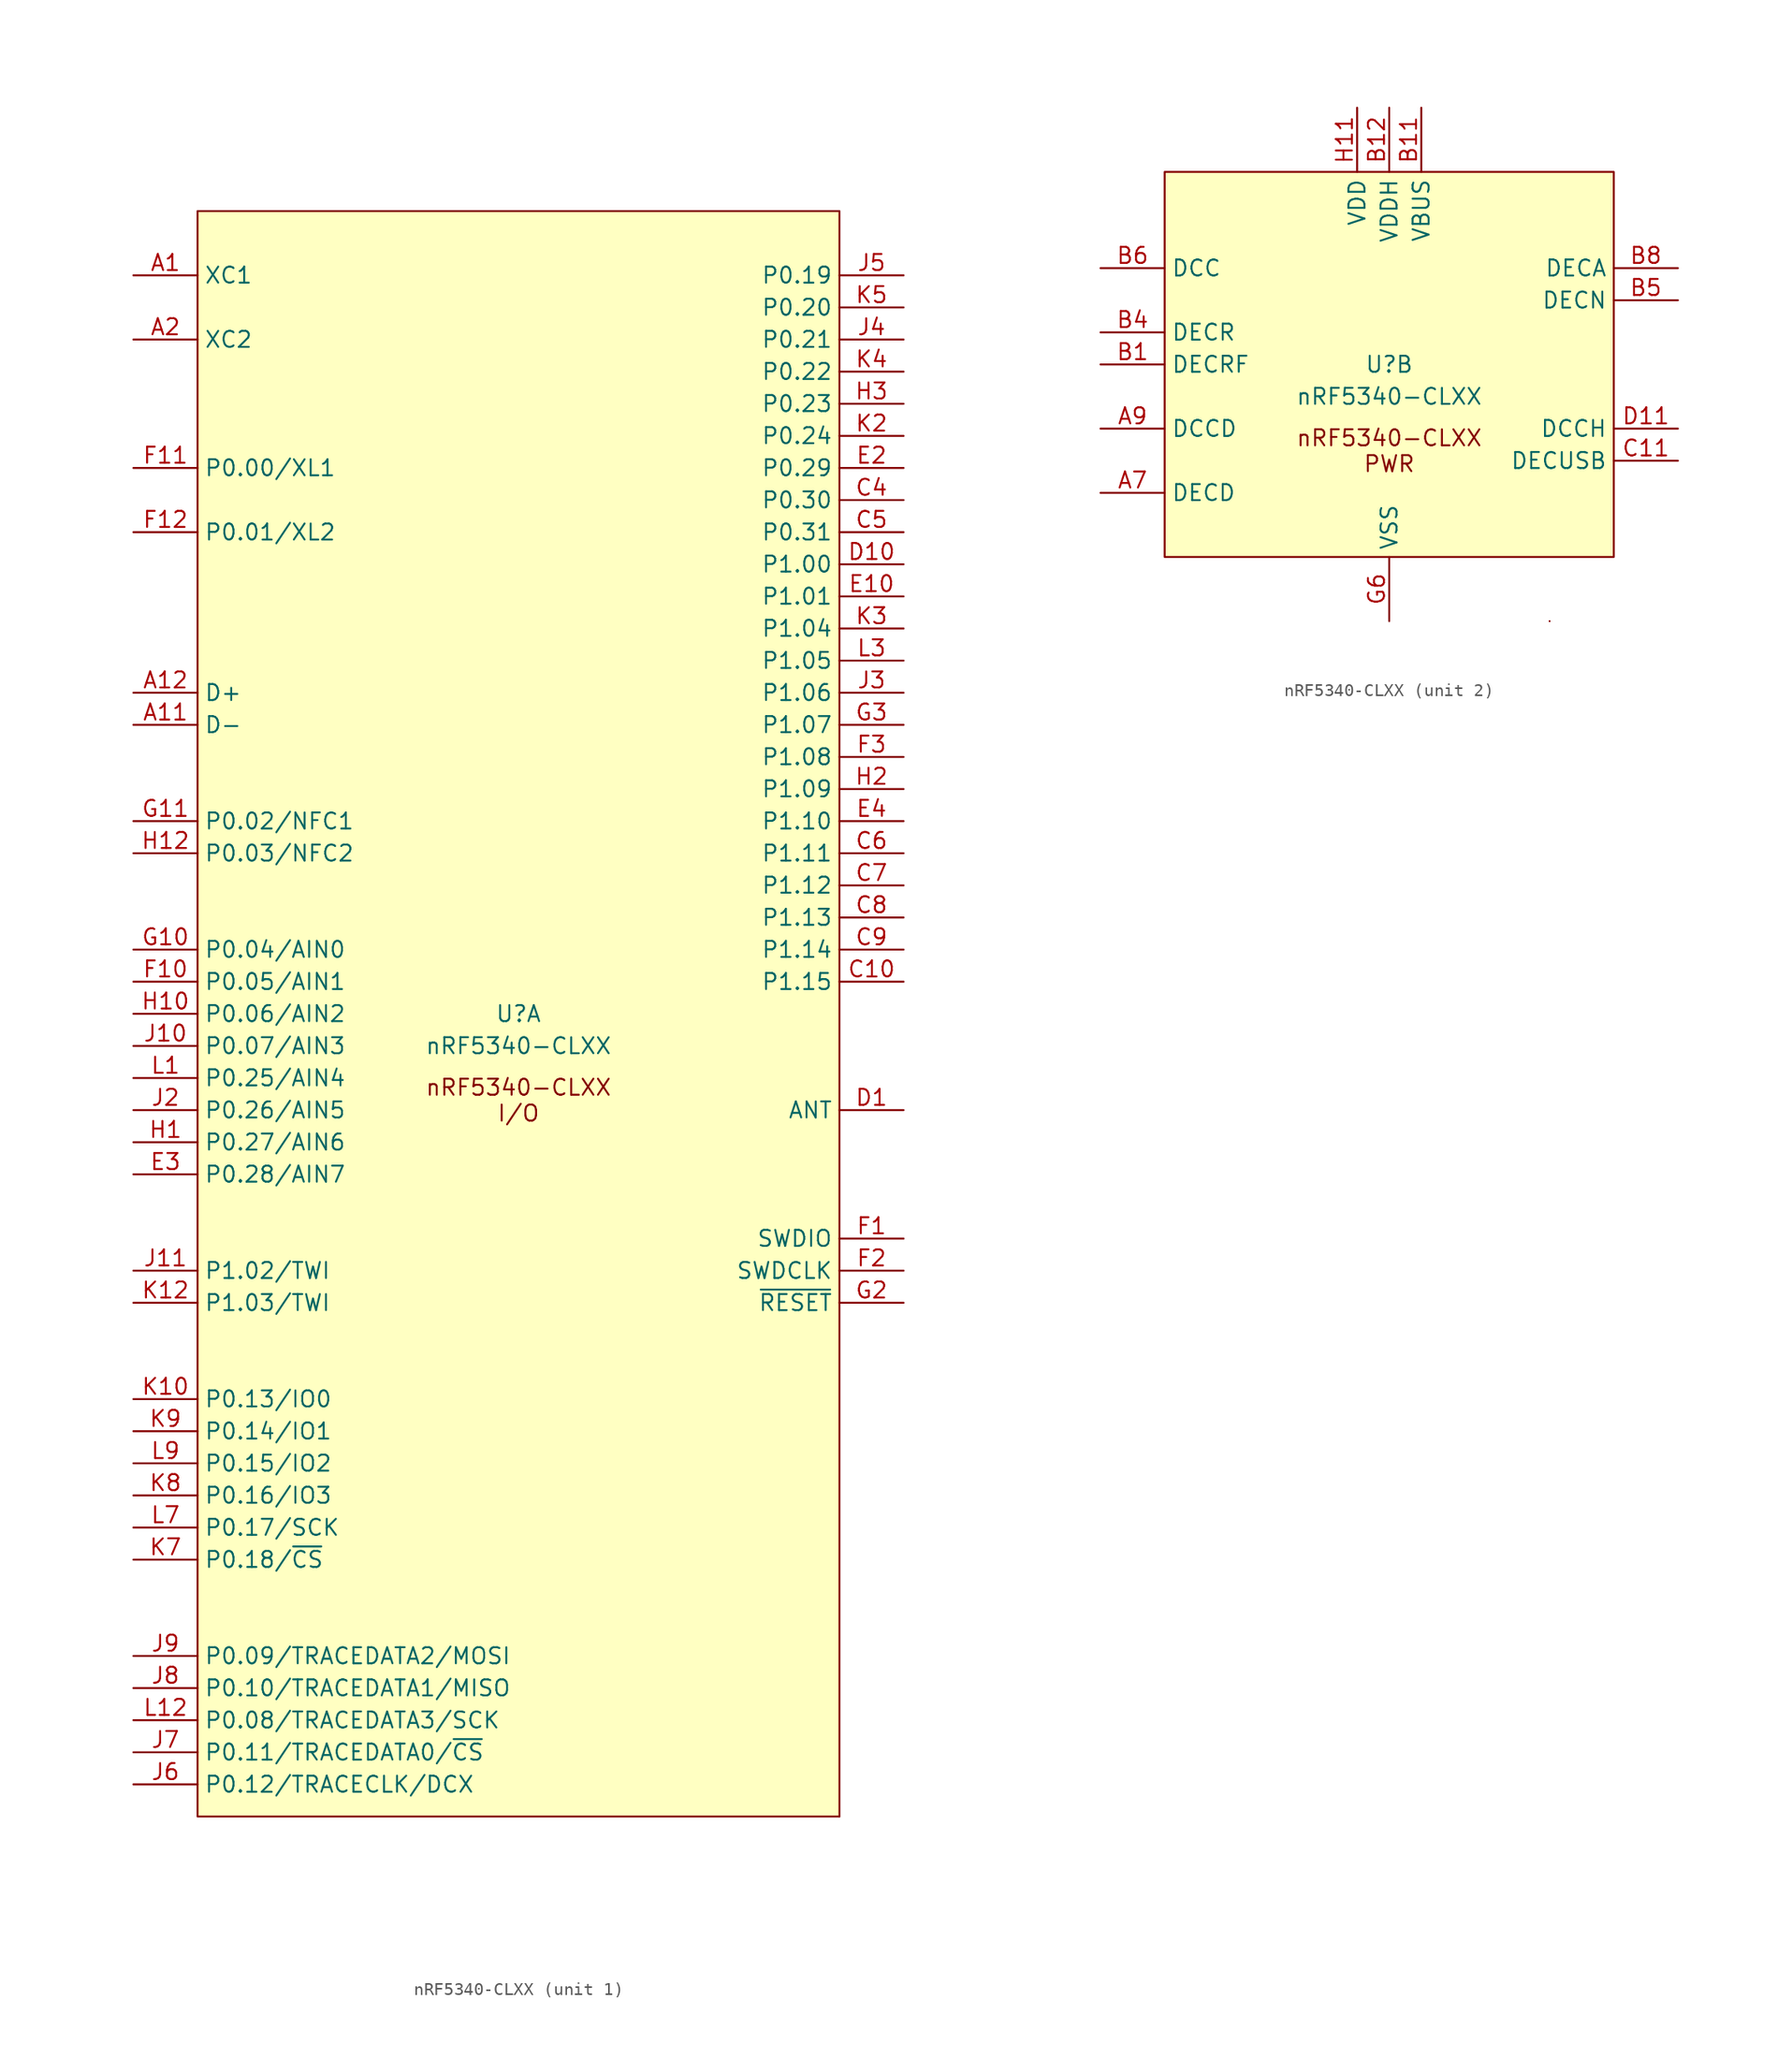
<source format=kicad_sym>
(kicad_symbol_lib
  (version 20231120)
  (generator "kicad_symbol_editor")
  (generator_version "8.0")
  (symbol "nRF5340-CLXX"
    (property "Reference" "U"
      (at 0 0 0)
      (do_not_autoplace)
      (effects (font (size 1.27 1.27))))
    (property "Value" "nRF5340-CLXX"
      (at 0 -2.54 0)
      (do_not_autoplace)
      (effects (font (size 1.27 1.27))))
    (property "ki_locked" ""
      (at 0 0 0)
      (effects (font (size 1.27 1.27))))
    (symbol "nRF5340-CLXX_1_0"
      (pin bidirectional line (at -30.48 58.42 0) (length 5.08) (name "XC1" (effects (font (size 1.27 1.27)))) (number "A1" (effects (font (size 1.27 1.27)))))
      (pin bidirectional line (at -30.48 22.86 0) (length 5.08) (name "D-" (effects (font (size 1.27 1.27)))) (number "A11" (effects (font (size 1.27 1.27)))))
      (pin bidirectional line (at -30.48 25.4 0) (length 5.08) (name "D+" (effects (font (size 1.27 1.27)))) (number "A12" (effects (font (size 1.27 1.27)))))
      (pin bidirectional line (at -30.48 53.34 0) (length 5.08) (name "XC2" (effects (font (size 1.27 1.27)))) (number "A2" (effects (font (size 1.27 1.27)))))
      (pin bidirectional line (at 30.48 2.54 180) (length 5.08) (name "P1.15" (effects (font (size 1.27 1.27)))) (number "C10" (effects (font (size 1.27 1.27)))))
      (pin bidirectional line (at 30.48 40.64 180) (length 5.08) (name "P0.30" (effects (font (size 1.27 1.27)))) (number "C4" (effects (font (size 1.27 1.27)))))
      (pin bidirectional line (at 30.48 38.1 180) (length 5.08) (name "P0.31" (effects (font (size 1.27 1.27)))) (number "C5" (effects (font (size 1.27 1.27)))))
      (pin bidirectional line (at 30.48 12.7 180) (length 5.08) (name "P1.11" (effects (font (size 1.27 1.27)))) (number "C6" (effects (font (size 1.27 1.27)))))
      (pin bidirectional line (at 30.48 10.16 180) (length 5.08) (name "P1.12" (effects (font (size 1.27 1.27)))) (number "C7" (effects (font (size 1.27 1.27)))))
      (pin bidirectional line (at 30.48 7.62 180) (length 5.08) (name "P1.13" (effects (font (size 1.27 1.27)))) (number "C8" (effects (font (size 1.27 1.27)))))
      (pin bidirectional line (at 30.48 5.08 180) (length 5.08) (name "P1.14" (effects (font (size 1.27 1.27)))) (number "C9" (effects (font (size 1.27 1.27)))))
      (pin bidirectional line (at 30.48 -7.62 180) (length 5.08) (name "ANT" (effects (font (size 1.27 1.27)))) (number "D1" (effects (font (size 1.27 1.27)))))
      (pin bidirectional line (at 30.48 35.56 180) (length 5.08) (name "P1.00" (effects (font (size 1.27 1.27)))) (number "D10" (effects (font (size 1.27 1.27)))))
      (pin bidirectional line (at 30.48 33.02 180) (length 5.08) (name "P1.01" (effects (font (size 1.27 1.27)))) (number "E10" (effects (font (size 1.27 1.27)))))
      (pin bidirectional line (at 30.48 43.18 180) (length 5.08) (name "P0.29" (effects (font (size 1.27 1.27)))) (number "E2" (effects (font (size 1.27 1.27)))))
      (pin bidirectional line (at -30.48 -12.7 0) (length 5.08) (name "P0.28/AIN7" (effects (font (size 1.27 1.27)))) (number "E3" (effects (font (size 1.27 1.27)))))
      (pin bidirectional line (at 30.48 15.24 180) (length 5.08) (name "P1.10" (effects (font (size 1.27 1.27)))) (number "E4" (effects (font (size 1.27 1.27)))))
      (pin bidirectional line (at 30.48 -17.78 180) (length 5.08) (name "SWDIO" (effects (font (size 1.27 1.27)))) (number "F1" (effects (font (size 1.27 1.27)))))
      (pin bidirectional line (at -30.48 2.54 0) (length 5.08) (name "P0.05/AIN1" (effects (font (size 1.27 1.27)))) (number "F10" (effects (font (size 1.27 1.27)))))
      (pin bidirectional line (at -30.48 43.18 0) (length 5.08) (name "P0.00/XL1" (effects (font (size 1.27 1.27)))) (number "F11" (effects (font (size 1.27 1.27)))))
      (pin bidirectional line (at -30.48 38.1 0) (length 5.08) (name "P0.01/XL2" (effects (font (size 1.27 1.27)))) (number "F12" (effects (font (size 1.27 1.27)))))
      (pin input line (at 30.48 -20.32 180) (length 5.08) (name "SWDCLK" (effects (font (size 1.27 1.27)))) (number "F2" (effects (font (size 1.27 1.27)))))
      (pin bidirectional line (at 30.48 20.32 180) (length 5.08) (name "P1.08" (effects (font (size 1.27 1.27)))) (number "F3" (effects (font (size 1.27 1.27)))))
      (pin bidirectional line (at -30.48 5.08 0) (length 5.08) (name "P0.04/AIN0" (effects (font (size 1.27 1.27)))) (number "G10" (effects (font (size 1.27 1.27)))))
      (pin bidirectional line (at -30.48 15.24 0) (length 5.08) (name "P0.02/NFC1" (effects (font (size 1.27 1.27)))) (number "G11" (effects (font (size 1.27 1.27)))))
      (pin input line (at 30.48 -22.86 180) (length 5.08) (name "~{RESET}" (effects (font (size 1.27 1.27)))) (number "G2" (effects (font (size 1.27 1.27)))))
      (pin bidirectional line (at 30.48 22.86 180) (length 5.08) (name "P1.07" (effects (font (size 1.27 1.27)))) (number "G3" (effects (font (size 1.27 1.27)))))
      (pin bidirectional line (at -30.48 -10.16 0) (length 5.08) (name "P0.27/AIN6" (effects (font (size 1.27 1.27)))) (number "H1" (effects (font (size 1.27 1.27)))))
      (pin bidirectional line (at -30.48 0 0) (length 5.08) (name "P0.06/AIN2" (effects (font (size 1.27 1.27)))) (number "H10" (effects (font (size 1.27 1.27)))))
      (pin bidirectional line (at -30.48 12.7 0) (length 5.08) (name "P0.03/NFC2" (effects (font (size 1.27 1.27)))) (number "H12" (effects (font (size 1.27 1.27)))))
      (pin bidirectional line (at 30.48 17.78 180) (length 5.08) (name "P1.09" (effects (font (size 1.27 1.27)))) (number "H2" (effects (font (size 1.27 1.27)))))
      (pin bidirectional line (at 30.48 48.26 180) (length 5.08) (name "P0.23" (effects (font (size 1.27 1.27)))) (number "H3" (effects (font (size 1.27 1.27)))))
      (pin bidirectional line (at -30.48 -2.54 0) (length 5.08) (name "P0.07/AIN3" (effects (font (size 1.27 1.27)))) (number "J10" (effects (font (size 1.27 1.27)))))
      (pin bidirectional line (at -30.48 -20.32 0) (length 5.08) (name "P1.02/TWI" (effects (font (size 1.27 1.27)))) (number "J11" (effects (font (size 1.27 1.27)))))
      (pin bidirectional line (at -30.48 -7.62 0) (length 5.08) (name "P0.26/AIN5" (effects (font (size 1.27 1.27)))) (number "J2" (effects (font (size 1.27 1.27)))))
      (pin bidirectional line (at 30.48 25.4 180) (length 5.08) (name "P1.06" (effects (font (size 1.27 1.27)))) (number "J3" (effects (font (size 1.27 1.27)))))
      (pin bidirectional line (at 30.48 53.34 180) (length 5.08) (name "P0.21" (effects (font (size 1.27 1.27)))) (number "J4" (effects (font (size 1.27 1.27)))))
      (pin bidirectional line (at 30.48 58.42 180) (length 5.08) (name "P0.19" (effects (font (size 1.27 1.27)))) (number "J5" (effects (font (size 1.27 1.27)))))
      (pin bidirectional line (at -30.48 -60.96 0) (length 5.08) (name "P0.12/TRACECLK/DCX" (effects (font (size 1.27 1.27)))) (number "J6" (effects (font (size 1.27 1.27)))))
      (pin bidirectional line (at -30.48 -58.42 0) (length 5.08) (name "P0.11/TRACEDATA0/~{CS}" (effects (font (size 1.27 1.27)))) (number "J7" (effects (font (size 1.27 1.27)))))
      (pin bidirectional line (at -30.48 -53.34 0) (length 5.08) (name "P0.10/TRACEDATA1/MISO" (effects (font (size 1.27 1.27)))) (number "J8" (effects (font (size 1.27 1.27)))))
      (pin bidirectional line (at -30.48 -50.8 0) (length 5.08) (name "P0.09/TRACEDATA2/MOSI" (effects (font (size 1.27 1.27)))) (number "J9" (effects (font (size 1.27 1.27)))))
      (pin bidirectional line (at -30.48 -30.48 0) (length 5.08) (name "P0.13/IO0" (effects (font (size 1.27 1.27)))) (number "K10" (effects (font (size 1.27 1.27)))))
      (pin bidirectional line (at -30.48 -22.86 0) (length 5.08) (name "P1.03/TWI" (effects (font (size 1.27 1.27)))) (number "K12" (effects (font (size 1.27 1.27)))))
      (pin bidirectional line (at 30.48 45.72 180) (length 5.08) (name "P0.24" (effects (font (size 1.27 1.27)))) (number "K2" (effects (font (size 1.27 1.27)))))
      (pin bidirectional line (at 30.48 30.48 180) (length 5.08) (name "P1.04" (effects (font (size 1.27 1.27)))) (number "K3" (effects (font (size 1.27 1.27)))))
      (pin bidirectional line (at 30.48 50.8 180) (length 5.08) (name "P0.22" (effects (font (size 1.27 1.27)))) (number "K4" (effects (font (size 1.27 1.27)))))
      (pin bidirectional line (at 30.48 55.88 180) (length 5.08) (name "P0.20" (effects (font (size 1.27 1.27)))) (number "K5" (effects (font (size 1.27 1.27)))))
      (pin bidirectional line (at -30.48 -43.18 0) (length 5.08) (name "P0.18/~{CS}" (effects (font (size 1.27 1.27)))) (number "K7" (effects (font (size 1.27 1.27)))))
      (pin bidirectional line (at -30.48 -38.1 0) (length 5.08) (name "P0.16/IO3" (effects (font (size 1.27 1.27)))) (number "K8" (effects (font (size 1.27 1.27)))))
      (pin bidirectional line (at -30.48 -33.02 0) (length 5.08) (name "P0.14/IO1" (effects (font (size 1.27 1.27)))) (number "K9" (effects (font (size 1.27 1.27)))))
      (pin bidirectional line (at -30.48 -5.08 0) (length 5.08) (name "P0.25/AIN4" (effects (font (size 1.27 1.27)))) (number "L1" (effects (font (size 1.27 1.27)))))
      (pin bidirectional line (at -30.48 -55.88 0) (length 5.08) (name "P0.08/TRACEDATA3/SCK" (effects (font (size 1.27 1.27)))) (number "L12" (effects (font (size 1.27 1.27)))))
      (pin bidirectional line (at 30.48 27.94 180) (length 5.08) (name "P1.05" (effects (font (size 1.27 1.27)))) (number "L3" (effects (font (size 1.27 1.27)))))
      (pin bidirectional line (at -30.48 -40.64 0) (length 5.08) (name "P0.17/SCK" (effects (font (size 1.27 1.27)))) (number "L7" (effects (font (size 1.27 1.27)))))
      (pin bidirectional line (at -30.48 -35.56 0) (length 5.08) (name "P0.15/IO2" (effects (font (size 1.27 1.27)))) (number "L9" (effects (font (size 1.27 1.27))))))
    (symbol "nRF5340-CLXX_1_1"
      (rectangle (start -25.4 63.5) (end 25.4 -63.5) (stroke (width 0) (type default)) (fill (type background)))
      (rectangle (start 25.4 -63.5) (end 25.4 -63.5) (stroke (width 0) (type default)) (fill (type none)))
      (text "nRF5340-CLXX\nI/O" (at 0 -5.08 0) (effects (font (size 1.27 1.27)) (justify top))))
    (symbol "nRF5340-CLXX_2_0"
      (pin passive line (at 0 -20.32 90) (length 5.08) hide (name "VSS" (effects (font (size 1.27 1.27)))) (number "A5" (effects (font (size 1.27 1.27)))))
      (pin passive line (at -22.86 -10.16 0) (length 5.08) (name "DECD" (effects (font (size 1.27 1.27)))) (number "A7" (effects (font (size 1.27 1.27)))))
      (pin passive line (at -22.86 -5.08 0) (length 5.08) (name "DCCD" (effects (font (size 1.27 1.27)))) (number "A9" (effects (font (size 1.27 1.27)))))
      (pin passive line (at -22.86 0 0) (length 5.08) (name "DECRF" (effects (font (size 1.27 1.27)))) (number "B1" (effects (font (size 1.27 1.27)))))
      (pin passive line (at -2.54 20.32 270) (length 5.08) hide (name "VDD" (effects (font (size 1.27 1.27)))) (number "B10" (effects (font (size 1.27 1.27)))))
      (pin power_in line (at 2.54 20.32 270) (length 5.08) (name "VBUS" (effects (font (size 1.27 1.27)))) (number "B11" (effects (font (size 1.27 1.27)))))
      (pin power_in line (at 0 20.32 270) (length 5.08) (name "VDDH" (effects (font (size 1.27 1.27)))) (number "B12" (effects (font (size 1.27 1.27)))))
      (pin passive line (at 0 -20.32 90) (length 5.08) hide (name "VSS" (effects (font (size 1.27 1.27)))) (number "B2" (effects (font (size 1.27 1.27)))))
      (pin passive line (at -22.86 2.54 0) (length 5.08) (name "DECR" (effects (font (size 1.27 1.27)))) (number "B4" (effects (font (size 1.27 1.27)))))
      (pin passive line (at 22.86 5.08 180) (length 5.08) (name "DECN" (effects (font (size 1.27 1.27)))) (number "B5" (effects (font (size 1.27 1.27)))))
      (pin passive line (at -22.86 7.62 0) (length 5.08) (name "DCC" (effects (font (size 1.27 1.27)))) (number "B6" (effects (font (size 1.27 1.27)))))
      (pin passive line (at -2.54 20.32 270) (length 5.08) hide (name "VDD" (effects (font (size 1.27 1.27)))) (number "B7" (effects (font (size 1.27 1.27)))))
      (pin passive line (at 22.86 7.62 180) (length 5.08) (name "DECA" (effects (font (size 1.27 1.27)))) (number "B8" (effects (font (size 1.27 1.27)))))
      (pin passive line (at 0 -20.32 90) (length 5.08) hide (name "VSS" (effects (font (size 1.27 1.27)))) (number "B9" (effects (font (size 1.27 1.27)))))
      (pin passive line (at 22.86 -7.62 180) (length 5.08) (name "DECUSB" (effects (font (size 1.27 1.27)))) (number "C11" (effects (font (size 1.27 1.27)))))
      (pin passive line (at 0 -20.32 90) (length 5.08) hide (name "VSS" (effects (font (size 1.27 1.27)))) (number "C2" (effects (font (size 1.27 1.27)))))
      (pin passive line (at 22.86 -5.08 180) (length 5.08) (name "DCCH" (effects (font (size 1.27 1.27)))) (number "D11" (effects (font (size 1.27 1.27)))))
      (pin passive line (at 0 -20.32 90) (length 5.08) hide (name "VSS" (effects (font (size 1.27 1.27)))) (number "D12" (effects (font (size 1.27 1.27)))))
      (pin passive line (at -2.54 20.32 270) (length 5.08) hide (name "VDD" (effects (font (size 1.27 1.27)))) (number "D2" (effects (font (size 1.27 1.27)))))
      (pin passive line (at -2.54 20.32 270) (length 5.08) hide (name "VDD" (effects (font (size 1.27 1.27)))) (number "E11" (effects (font (size 1.27 1.27)))))
      (pin passive line (at 0 -20.32 90) (length 5.08) hide (name "VSS" (effects (font (size 1.27 1.27)))) (number "E5" (effects (font (size 1.27 1.27)))))
      (pin passive line (at 0 -20.32 90) (length 5.08) hide (name "VSS" (effects (font (size 1.27 1.27)))) (number "E6" (effects (font (size 1.27 1.27)))))
      (pin passive line (at 0 -20.32 90) (length 5.08) hide (name "VSS" (effects (font (size 1.27 1.27)))) (number "E7" (effects (font (size 1.27 1.27)))))
      (pin passive line (at 0 -20.32 90) (length 5.08) hide (name "VSS" (effects (font (size 1.27 1.27)))) (number "E8" (effects (font (size 1.27 1.27)))))
      (pin passive line (at 0 -20.32 90) (length 5.08) hide (name "VSS" (effects (font (size 1.27 1.27)))) (number "F5" (effects (font (size 1.27 1.27)))))
      (pin passive line (at 0 -20.32 90) (length 5.08) hide (name "VSS" (effects (font (size 1.27 1.27)))) (number "F6" (effects (font (size 1.27 1.27)))))
      (pin passive line (at 0 -20.32 90) (length 5.08) hide (name "VSS" (effects (font (size 1.27 1.27)))) (number "F7" (effects (font (size 1.27 1.27)))))
      (pin passive line (at 0 -20.32 90) (length 5.08) hide (name "VSS" (effects (font (size 1.27 1.27)))) (number "F8" (effects (font (size 1.27 1.27)))))
      (pin passive line (at 0 -20.32 90) (length 5.08) hide (name "AVSS" (effects (font (size 1.27 1.27)))) (number "G5" (effects (font (size 1.27 1.27)))))
      (pin power_in line (at 0 -20.32 90) (length 5.08) (name "VSS" (effects (font (size 1.27 1.27)))) (number "G6" (effects (font (size 1.27 1.27)))))
      (pin passive line (at 0 -20.32 90) (length 5.08) hide (name "VSS" (effects (font (size 1.27 1.27)))) (number "G7" (effects (font (size 1.27 1.27)))))
      (pin passive line (at 0 -20.32 90) (length 5.08) hide (name "VSS" (effects (font (size 1.27 1.27)))) (number "G8" (effects (font (size 1.27 1.27)))))
      (pin power_in line (at -2.54 20.32 270) (length 5.08) (name "VDD" (effects (font (size 1.27 1.27)))) (number "H11" (effects (font (size 1.27 1.27)))))
      (pin passive line (at -2.54 20.32 270) (length 5.08) hide (name "VDD" (effects (font (size 1.27 1.27)))) (number "K1" (effects (font (size 1.27 1.27)))))
      (pin passive line (at 0 -20.32 90) (length 5.08) hide (name "AVSS" (effects (font (size 1.27 1.27)))) (number "K11" (effects (font (size 1.27 1.27)))))
      (pin passive line (at 0 -20.32 90) (length 5.08) hide (name "AVSS" (effects (font (size 1.27 1.27)))) (number "K6" (effects (font (size 1.27 1.27)))))
      (pin passive line (at -2.54 20.32 270) (length 5.08) hide (name "VDD" (effects (font (size 1.27 1.27)))) (number "L11" (effects (font (size 1.27 1.27)))))
      (pin passive line (at -2.54 20.32 270) (length 5.08) hide (name "VDD" (effects (font (size 1.27 1.27)))) (number "L5" (effects (font (size 1.27 1.27))))))
    (symbol "nRF5340-CLXX_2_1"
      (rectangle (start -17.78 15.24) (end 17.78 -15.24) (stroke (width 0) (type default)) (fill (type background)))
      (rectangle (start 12.7 -20.32) (end 12.7 -20.32) (stroke (width 0) (type default)) (fill (type none)))
      (text "nRF5340-CLXX\nPWR" (at 0 -5.08 0) (effects (font (size 1.27 1.27)) (justify top)))
      (pin passive line (at -2.54 20.32 270) (length 5.08) hide (name "VDD" (effects (font (size 1.27 1.27)))) (number "A3" (effects (font (size 1.27 1.27))))))))
</source>
